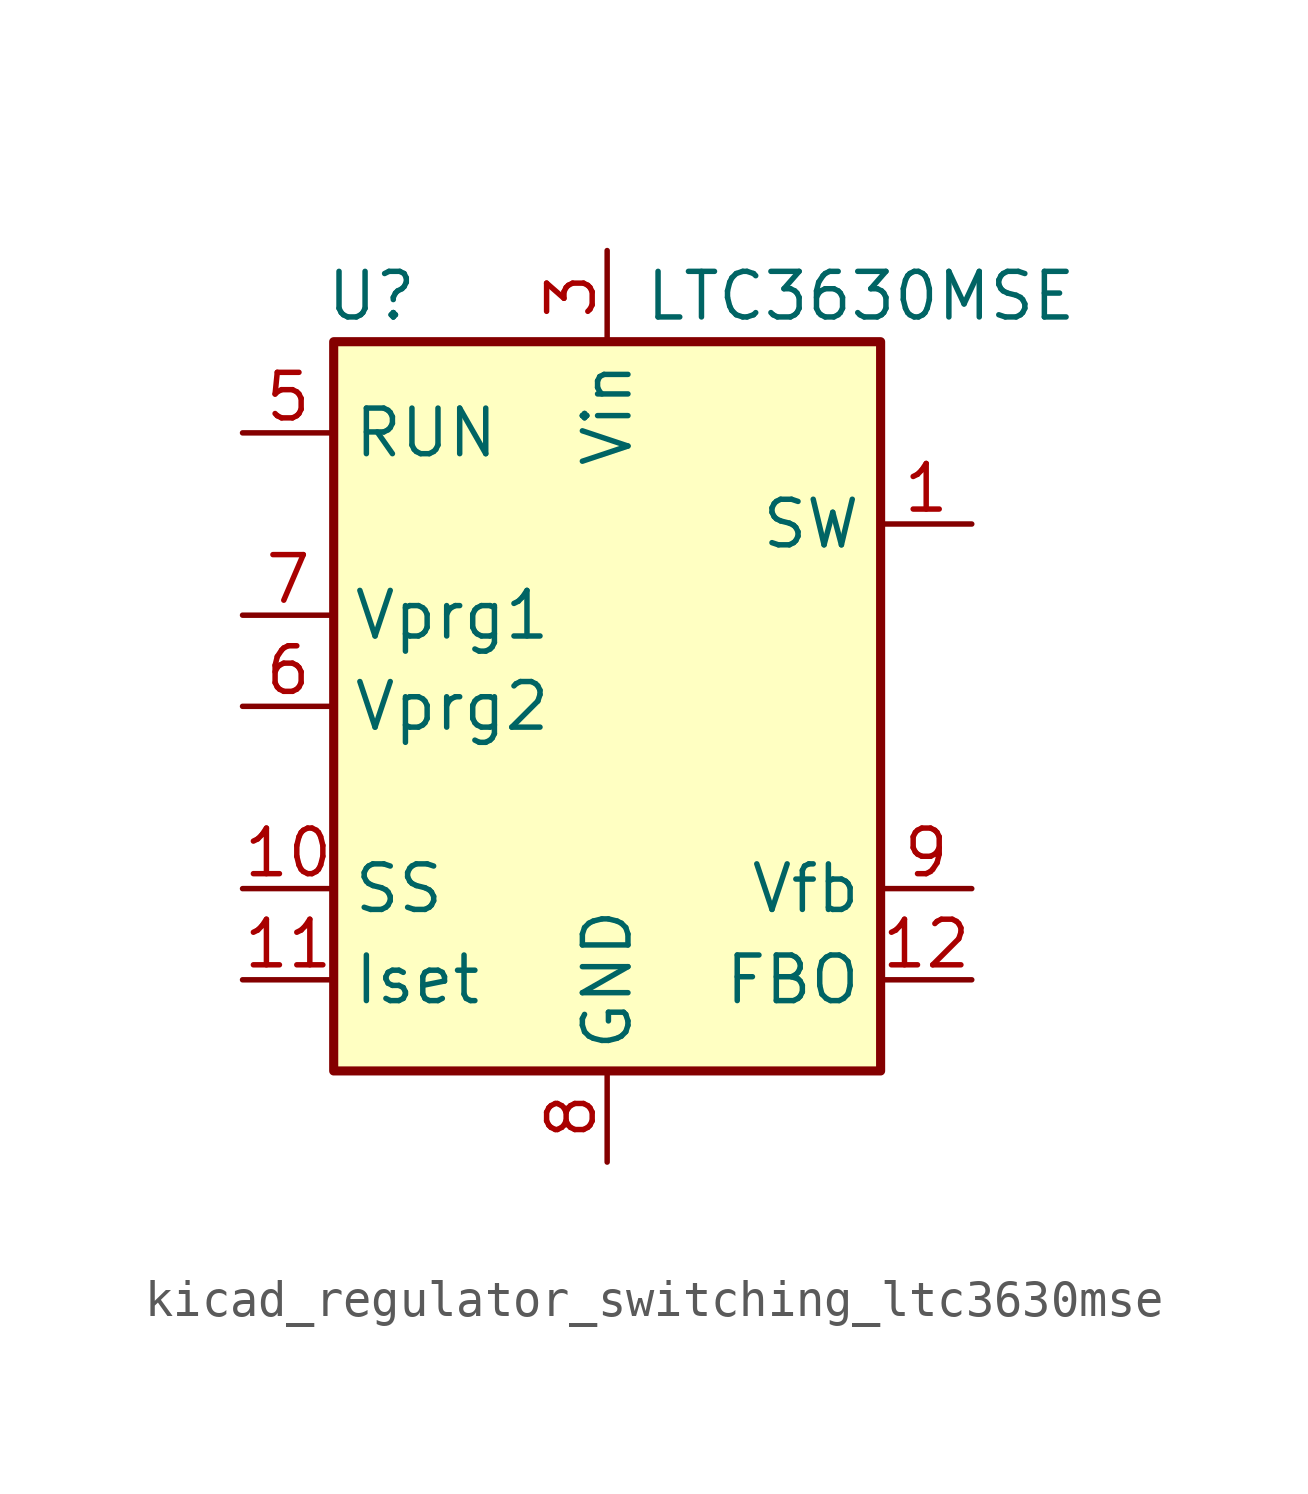
<source format=kicad_sym>
(kicad_symbol_lib
  (version 20220914)
  (generator kicad_symbol_editor)
  (symbol "kicad_regulator_switching_ltc3630mse"
    (property "Reference" "U"
      (at -7.874 11.43 0)
      (effects (font (size 1.27 1.27)) (justify left)))
    (property "Value" "LTC3630MSE"
      (at 1.016 11.43 0)
      (effects (font (size 1.27 1.27)) (justify left)))
    (symbol "kicad_regulator_switching_ltc3630mse_0_1"
      (rectangle (start -7.62 10.16) (end 7.62 -10.16) (stroke (width 0.254) (type default)) (fill (type background))))
    (symbol "kicad_regulator_switching_ltc3630mse_1_1"
      (pin passive line (at 10.16 5.08 180) (length 2.54) (name "SW" (effects (font (size 1.27 1.27)))) (number "1" (effects (font (size 1.27 1.27)))))
      (pin passive line (at -10.16 -5.08 0) (length 2.54) (name "SS" (effects (font (size 1.27 1.27)))) (number "10" (effects (font (size 1.27 1.27)))))
      (pin passive line (at -10.16 -7.62 0) (length 2.54) (name "Iset" (effects (font (size 1.27 1.27)))) (number "11" (effects (font (size 1.27 1.27)))))
      (pin output line (at 10.16 -7.62 180) (length 2.54) (name "FBO" (effects (font (size 1.27 1.27)))) (number "12" (effects (font (size 1.27 1.27)))))
      (pin passive line (at 0 -12.7 90) (length 2.54) hide (name "GND" (effects (font (size 1.27 1.27)))) (number "14" (effects (font (size 1.27 1.27)))))
      (pin passive line (at 0 -12.7 90) (length 2.54) hide (name "GND" (effects (font (size 1.27 1.27)))) (number "16" (effects (font (size 1.27 1.27)))))
      (pin passive line (at 0 -12.7 90) (length 2.54) hide (name "GND" (effects (font (size 1.27 1.27)))) (number "17" (effects (font (size 1.27 1.27)))))
      (pin power_in line (at 0 12.7 270) (length 2.54) (name "Vin" (effects (font (size 1.27 1.27)))) (number "3" (effects (font (size 1.27 1.27)))))
      (pin input line (at -10.16 7.62 0) (length 2.54) (name "RUN" (effects (font (size 1.27 1.27)))) (number "5" (effects (font (size 1.27 1.27)))))
      (pin input line (at -10.16 0 0) (length 2.54) (name "Vprg2" (effects (font (size 1.27 1.27)))) (number "6" (effects (font (size 1.27 1.27)))))
      (pin input line (at -10.16 2.54 0) (length 2.54) (name "Vprg1" (effects (font (size 1.27 1.27)))) (number "7" (effects (font (size 1.27 1.27)))))
      (pin power_in line (at 0 -12.7 90) (length 2.54) (name "GND" (effects (font (size 1.27 1.27)))) (number "8" (effects (font (size 1.27 1.27)))))
      (pin input line (at 10.16 -5.08 180) (length 2.54) (name "Vfb" (effects (font (size 1.27 1.27)))) (number "9" (effects (font (size 1.27 1.27))))))))
</source>
